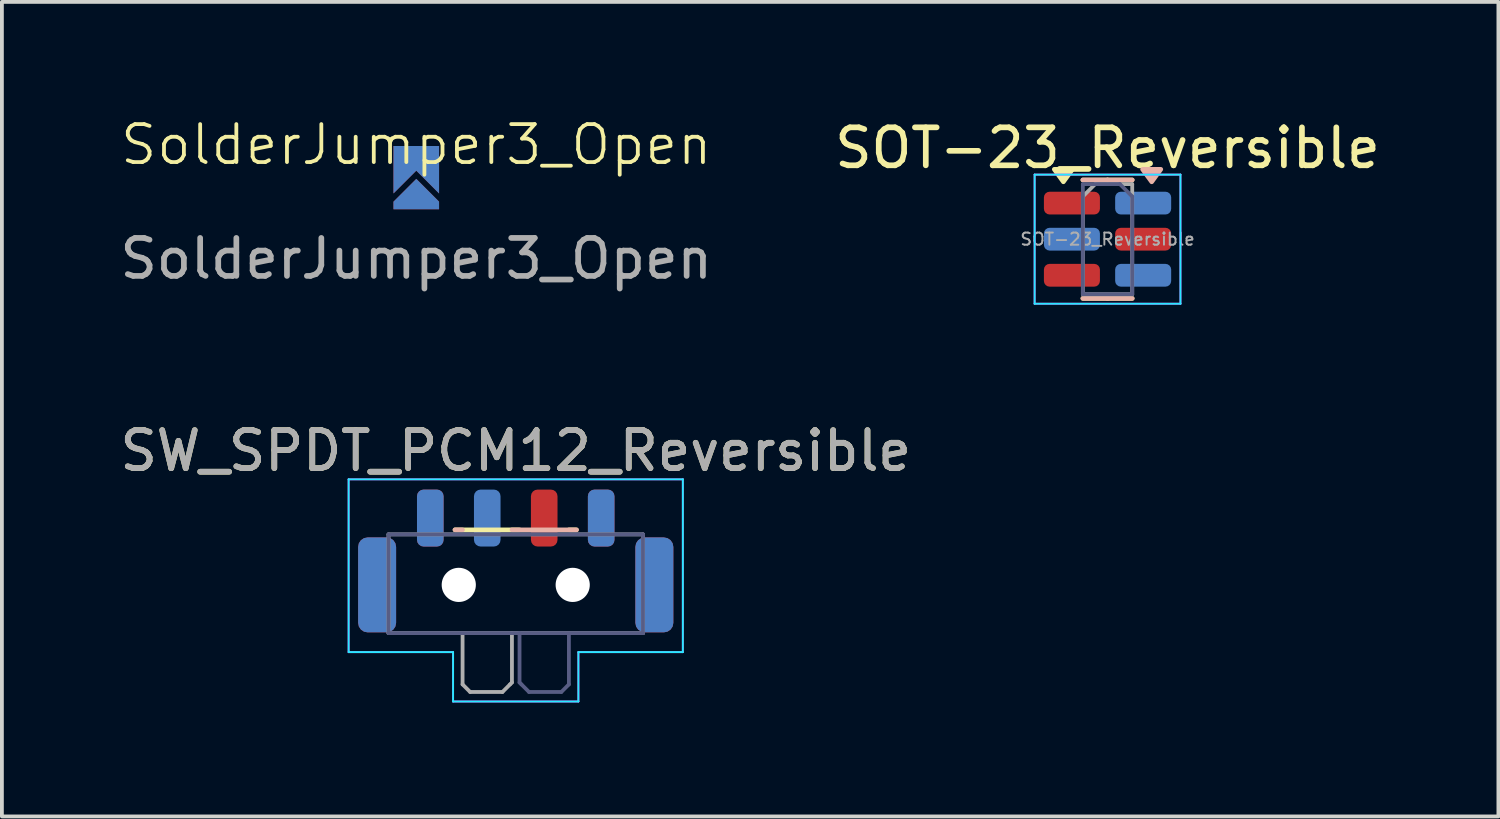
<source format=kicad_pcb>
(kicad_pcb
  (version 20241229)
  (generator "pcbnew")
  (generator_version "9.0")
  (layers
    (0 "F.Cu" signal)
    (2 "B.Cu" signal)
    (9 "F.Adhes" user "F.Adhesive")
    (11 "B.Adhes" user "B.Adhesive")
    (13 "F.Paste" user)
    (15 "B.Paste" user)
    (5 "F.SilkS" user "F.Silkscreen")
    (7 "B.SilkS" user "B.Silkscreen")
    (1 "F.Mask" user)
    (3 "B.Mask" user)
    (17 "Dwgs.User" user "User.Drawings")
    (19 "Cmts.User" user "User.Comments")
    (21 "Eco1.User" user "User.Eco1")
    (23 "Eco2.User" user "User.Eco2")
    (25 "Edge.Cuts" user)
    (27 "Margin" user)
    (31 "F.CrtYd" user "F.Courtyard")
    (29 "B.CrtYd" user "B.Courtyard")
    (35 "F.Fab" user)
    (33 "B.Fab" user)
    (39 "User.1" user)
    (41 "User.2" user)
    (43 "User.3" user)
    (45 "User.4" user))
  (footprint "SW_SPDT_PCM12_Reversible"
    (layer "F.Cu")
    (at 10.53 12.021)
    (property "Reference" "SW_SPDT_PCM12_Reversible" (at 0 -3.2 0) (layer "F.SilkS") (effects (font (size 1 1) (thickness 0.15))))
    (attr smd)
    (fp_line (start -1.6 -1.12) (end 0.1 -1.12) (stroke (width 0.12) (type solid)) (layer "F.SilkS"))
    (fp_line (start 1.4 -1.12) (end 1.6 -1.12) (stroke (width 0.12) (type solid)) (layer "F.SilkS"))
    (fp_line (start -1.6 -1.12) (end -1.4 -1.12) (stroke (width 0.12) (type solid)) (layer "B.SilkS"))
    (fp_line (start -0.1 -1.12) (end 1.6 -1.12) (stroke (width 0.12) (type solid)) (layer "B.SilkS"))
    (fp_line (start -4.4 -2.45) (end 4.4 -2.45) (stroke (width 0.05) (type solid)) (layer "B.CrtYd"))
    (fp_line (start -4.4 2.1) (end -4.4 -2.45) (stroke (width 0.05) (type solid)) (layer "B.CrtYd"))
    (fp_line (start -1.65 2.1) (end -4.4 2.1) (stroke (width 0.05) (type solid)) (layer "B.CrtYd"))
    (fp_line (start -1.65 3.4) (end -1.65 2.1) (stroke (width 0.05) (type solid)) (layer "B.CrtYd"))
    (fp_line (start 1.65 2.1) (end 1.65 3.4) (stroke (width 0.05) (type solid)) (layer "B.CrtYd"))
    (fp_line (start 1.65 3.4) (end -1.65 3.4) (stroke (width 0.05) (type solid)) (layer "B.CrtYd"))
    (fp_line (start 4.4 -2.45) (end 4.4 2.1) (stroke (width 0.05) (type solid)) (layer "B.CrtYd"))
    (fp_line (start 4.4 2.1) (end 1.65 2.1) (stroke (width 0.05) (type solid)) (layer "B.CrtYd"))
    (fp_line (start -4.4 -2.45) (end 4.4 -2.45) (stroke (width 0.05) (type solid)) (layer "F.CrtYd"))
    (fp_line (start -4.4 2.1) (end -4.4 -2.45) (stroke (width 0.05) (type solid)) (layer "F.CrtYd"))
    (fp_line (start -1.65 2.1) (end -4.4 2.1) (stroke (width 0.05) (type solid)) (layer "F.CrtYd"))
    (fp_line (start -1.65 3.4) (end -1.65 2.1) (stroke (width 0.05) (type solid)) (layer "F.CrtYd"))
    (fp_line (start 1.65 2.1) (end 1.65 3.4) (stroke (width 0.05) (type solid)) (layer "F.CrtYd"))
    (fp_line (start 1.65 3.4) (end -1.65 3.4) (stroke (width 0.05) (type solid)) (layer "F.CrtYd"))
    (fp_line (start 4.4 -2.45) (end 4.4 2.1) (stroke (width 0.05) (type solid)) (layer "F.CrtYd"))
    (fp_line (start 4.4 2.1) (end 1.65 2.1) (stroke (width 0.05) (type solid)) (layer "F.CrtYd"))
    (fp_line (start -3.35 -1) (end -3.35 1.6) (stroke (width 0.1) (type solid)) (layer "B.Fab"))
    (fp_line (start -3.35 1.6) (end 3.35 1.6) (stroke (width 0.1) (type solid)) (layer "B.Fab"))
    (fp_line (start 0.1 1.6) (end 0.1 2.9) (stroke (width 0.1) (type solid)) (layer "B.Fab"))
    (fp_line (start 0.1 2.9) (end 0.15 2.95) (stroke (width 0.1) (type solid)) (layer "B.Fab"))
    (fp_line (start 0.15 2.95) (end 0.35 3.15) (stroke (width 0.1) (type solid)) (layer "B.Fab"))
    (fp_line (start 0.35 3.15) (end 1.2 3.15) (stroke (width 0.1) (type solid)) (layer "B.Fab"))
    (fp_line (start 1.2 3.15) (end 1.4 2.95) (stroke (width 0.1) (type solid)) (layer "B.Fab"))
    (fp_line (start 1.4 2.95) (end 1.4 1.65) (stroke (width 0.1) (type solid)) (layer "B.Fab"))
    (fp_line (start 3.35 -1) (end -3.35 -1) (stroke (width 0.1) (type solid)) (layer "B.Fab"))
    (fp_line (start 3.35 1.6) (end 3.35 -1) (stroke (width 0.1) (type solid)) (layer "B.Fab"))
    (fp_line (start -3.35 -1) (end -3.35 1.6) (stroke (width 0.1) (type solid)) (layer "F.Fab"))
    (fp_line (start -3.35 1.6) (end 3.35 1.6) (stroke (width 0.1) (type solid)) (layer "F.Fab"))
    (fp_line (start -1.4 1.65) (end -1.4 2.95) (stroke (width 0.1) (type solid)) (layer "F.Fab"))
    (fp_line (start -1.4 2.95) (end -1.2 3.15) (stroke (width 0.1) (type solid)) (layer "F.Fab"))
    (fp_line (start -1.2 3.15) (end -0.35 3.15) (stroke (width 0.1) (type solid)) (layer "F.Fab"))
    (fp_line (start -0.35 3.15) (end -0.15 2.95) (stroke (width 0.1) (type solid)) (layer "F.Fab"))
    (fp_line (start -0.15 2.95) (end -0.1 2.9) (stroke (width 0.1) (type solid)) (layer "F.Fab"))
    (fp_line (start -0.1 2.9) (end -0.1 1.6) (stroke (width 0.1) (type solid)) (layer "F.Fab"))
    (fp_line (start 3.35 -1) (end -3.35 -1) (stroke (width 0.1) (type solid)) (layer "F.Fab"))
    (fp_line (start 3.35 1.6) (end 3.35 -1) (stroke (width 0.1) (type solid)) (layer "F.Fab"))
    (fp_text user "${REFERENCE}" (at 0 -3.2 0) (layer "F.Fab") (effects (font (size 1 1) (thickness 0.15))))
    (pad "" smd roundrect (at -3.65 0.33) (size 1 2.5) (layers "F.Cu" "F.Mask" "F.Paste") (roundrect_rratio 0.25))
    (pad "" smd roundrect (at -3.65 0.33) (size 1 2.5) (layers "B.Cu" "B.Mask" "B.Paste") (roundrect_rratio 0.25))
    (pad "" np_thru_hole circle (at -1.5 0.33) (size 0.9 0.9) (drill 0.9) (layers "*.Cu" "*.Mask"))
    (pad "" np_thru_hole circle (at 1.5 0.33) (size 0.9 0.9) (drill 0.9) (layers "*.Cu" "*.Mask"))
    (pad "" smd roundrect (at 3.65 0.33) (size 1 2.5) (layers "F.Cu" "F.Mask" "F.Paste") (roundrect_rratio 0.25))
    (pad "" smd roundrect (at 3.65 0.33) (size 1 2.5) (layers "B.Cu" "B.Mask" "B.Paste") (roundrect_rratio 0.25))
    (pad "1" smd roundrect (at -2.25 -1.43) (size 0.7 1.5) (layers "F.Cu" "F.Mask" "F.Paste") (roundrect_rratio 0.25))
    (pad "1" smd roundrect (at -2.25 -1.43) (size 0.7 1.5) (layers "B.Cu" "B.Mask" "B.Paste") (roundrect_rratio 0.25))
    (pad "2" smd roundrect (at -0.75 -1.43) (size 0.7 1.5) (layers "B.Cu" "B.Mask" "B.Paste") (roundrect_rratio 0.25))
    (pad "2" smd roundrect (at 0.75 -1.43) (size 0.7 1.5) (layers "F.Cu" "F.Mask" "F.Paste") (roundrect_rratio 0.25))
    (pad "3" smd roundrect (at 2.25 -1.43) (size 0.7 1.5) (layers "F.Cu" "F.Mask" "F.Paste") (roundrect_rratio 0.25))
    (pad "3" smd roundrect (at 2.25 -1.43) (size 0.7 1.5) (layers "B.Cu" "B.Mask" "B.Paste") (roundrect_rratio 0.25)))
  (footprint "SOT-23_Reversible"
    (layer "F.Cu")
    (at 26.113 3.248)
    (property "Reference" "SOT-23_Reversible" (at 0 -2.4 0) (layer "F.SilkS") (effects (font (size 1 1) (thickness 0.15))))
    (attr smd)
    (fp_line (start 0 -1.56) (end -0.65 -1.56) (stroke (width 0.12) (type solid)) (layer "F.SilkS"))
    (fp_line (start 0 -1.56) (end 0.65 -1.56) (stroke (width 0.12) (type solid)) (layer "F.SilkS"))
    (fp_line (start 0 1.56) (end -0.65 1.56) (stroke (width 0.12) (type solid)) (layer "F.SilkS"))
    (fp_line (start 0 1.56) (end 0.65 1.56) (stroke (width 0.12) (type solid)) (layer "F.SilkS"))
    (fp_poly (pts (xy -1.163 -1.51) (xy -1.403 -1.84) (xy -0.922 -1.84) (xy -1.163 -1.51)) (stroke (width 0.12) (type solid)) (fill yes) (layer "F.SilkS"))
    (fp_line (start -0.65 -1.56) (end 0 -1.56) (stroke (width 0.12) (type solid)) (layer "B.SilkS"))
    (fp_line (start -0.65 1.56) (end 0 1.56) (stroke (width 0.12) (type solid)) (layer "B.SilkS"))
    (fp_line (start 0.65 -1.56) (end 0 -1.56) (stroke (width 0.12) (type solid)) (layer "B.SilkS"))
    (fp_line (start 0.65 1.56) (end 0 1.56) (stroke (width 0.12) (type solid)) (layer "B.SilkS"))
    (fp_poly (pts (xy 1.163 -1.51) (xy 1.403 -1.84) (xy 0.922 -1.84) (xy 1.163 -1.51)) (stroke (width 0.12) (type solid)) (fill yes) (layer "B.SilkS"))
    (fp_line (start -1.92 -1.7) (end -1.92 1.7) (stroke (width 0.05) (type solid)) (layer "B.CrtYd"))
    (fp_line (start -1.92 1.7) (end 1.92 1.7) (stroke (width 0.05) (type solid)) (layer "B.CrtYd"))
    (fp_line (start 1.92 -1.7) (end -1.92 -1.7) (stroke (width 0.05) (type solid)) (layer "B.CrtYd"))
    (fp_line (start 1.92 1.7) (end 1.92 -1.7) (stroke (width 0.05) (type solid)) (layer "B.CrtYd"))
    (fp_line (start -1.92 -1.7) (end -1.92 1.7) (stroke (width 0.05) (type solid)) (layer "F.CrtYd"))
    (fp_line (start -1.92 1.7) (end 1.92 1.7) (stroke (width 0.05) (type solid)) (layer "F.CrtYd"))
    (fp_line (start 1.92 -1.7) (end -1.92 -1.7) (stroke (width 0.05) (type solid)) (layer "F.CrtYd"))
    (fp_line (start 1.92 1.7) (end 1.92 -1.7) (stroke (width 0.05) (type solid)) (layer "F.CrtYd"))
    (fp_line (start -0.65 -1.45) (end 0.325 -1.45) (stroke (width 0.1) (type solid)) (layer "B.Fab"))
    (fp_line (start -0.65 1.45) (end -0.65 -1.45) (stroke (width 0.1) (type solid)) (layer "B.Fab"))
    (fp_line (start 0.325 -1.45) (end 0.65 -1.125) (stroke (width 0.1) (type solid)) (layer "B.Fab"))
    (fp_line (start 0.65 -1.125) (end 0.65 1.45) (stroke (width 0.1) (type solid)) (layer "B.Fab"))
    (fp_line (start 0.65 1.45) (end -0.65 1.45) (stroke (width 0.1) (type solid)) (layer "B.Fab"))
    (fp_line (start -0.65 -1.125) (end -0.325 -1.45) (stroke (width 0.1) (type solid)) (layer "F.Fab"))
    (fp_line (start -0.65 1.45) (end -0.65 -1.125) (stroke (width 0.1) (type solid)) (layer "F.Fab"))
    (fp_line (start -0.325 -1.45) (end 0.65 -1.45) (stroke (width 0.1) (type solid)) (layer "F.Fab"))
    (fp_line (start 0.65 -1.45) (end 0.65 1.45) (stroke (width 0.1) (type solid)) (layer "F.Fab"))
    (fp_line (start 0.65 1.45) (end -0.65 1.45) (stroke (width 0.1) (type solid)) (layer "F.Fab"))
    (fp_text user "${REFERENCE}" (at 0 0 0) (layer "F.Fab") (effects (font (size 0.32 0.32) (thickness 0.05))))
    (pad "1" smd roundrect (at -0.938 -0.95) (size 1.475 0.6) (layers "F.Cu" "F.Mask" "F.Paste") (roundrect_rratio 0.25))
    (pad "1" smd roundrect (at 0.938 -0.95) (size 1.475 0.6) (layers "B.Cu" "B.Mask" "B.Paste") (roundrect_rratio 0.25))
    (pad "2" smd roundrect (at -0.938 0.95) (size 1.475 0.6) (layers "F.Cu" "F.Mask" "F.Paste") (roundrect_rratio 0.25))
    (pad "2" smd roundrect (at 0.938 0.95) (size 1.475 0.6) (layers "B.Cu" "B.Mask" "B.Paste") (roundrect_rratio 0.25))
    (pad "3" smd roundrect (at -0.938 0) (size 1.475 0.6) (layers "B.Cu" "B.Mask" "B.Paste") (roundrect_rratio 0.25))
    (pad "3" smd roundrect (at 0.938 0) (size 1.475 0.6) (layers "F.Cu" "F.Mask" "F.Paste") (roundrect_rratio 0.25)))
  (footprint "SolderJumper3_Open"
    (layer "F.Cu")
    (at 7.911 1.26)
    (property "Reference" "SolderJumper3_Open" (at 0 -0.5 0) (unlocked yes) (layer "F.SilkS") (effects (font (size 1 1) (thickness 0.1))))
    (attr smd)
    (fp_text user "${REFERENCE}" (at 0 2.5 0) (unlocked yes) (layer "F.Fab") (effects (font (size 1 1) (thickness 0.15))))
    (pad "1" smd custom (at 0 0.8 180) (size 0.1 0.1) (layers "F.Cu" "F.Mask") (options (anchor rect)) (primitives (gr_poly (pts (xy 0.6 -0.4) (xy -0.6 -0.4) (xy -0.6 -0.2) (xy 0 0.4) (xy 0.6 -0.2)) (width 0) (fill yes))))
    (pad "1" smd custom (at 0 0.8 180) (size 0.1 0.1) (layers "B.Cu" "B.Mask") (options (anchor rect)) (primitives (gr_poly (pts (xy -0.6 -0.4) (xy 0.6 -0.4) (xy 0.6 -0.2) (xy 0 0.4) (xy -0.6 -0.2)) (width 0) (fill yes))))
    (pad "2" smd custom (at 0 -0.216 180) (size 1.2 0.5) (layers "F.Cu" "F.Mask") (options (anchor rect)) (primitives (gr_poly (pts (xy 0.6 0) (xy -0.6 0) (xy -0.6 -1) (xy 0 -0.4) (xy 0.6 -1)) (width 0) (fill yes))))
    (pad "3" smd custom (at 0 -0.216 180) (size 1.2 0.5) (layers "B.Cu" "B.Mask") (options (anchor rect)) (primitives (gr_poly (pts (xy -0.6 0) (xy 0.6 0) (xy 0.6 -1) (xy 0 -0.4) (xy -0.6 -1)) (width 0) (fill yes)))))
  (gr_rect
    (start -3 -3)
    (end 36.405 18.447)
    (stroke (width 0.1) (type default))
    (fill no)
    (layer "Edge.Cuts")))
</source>
